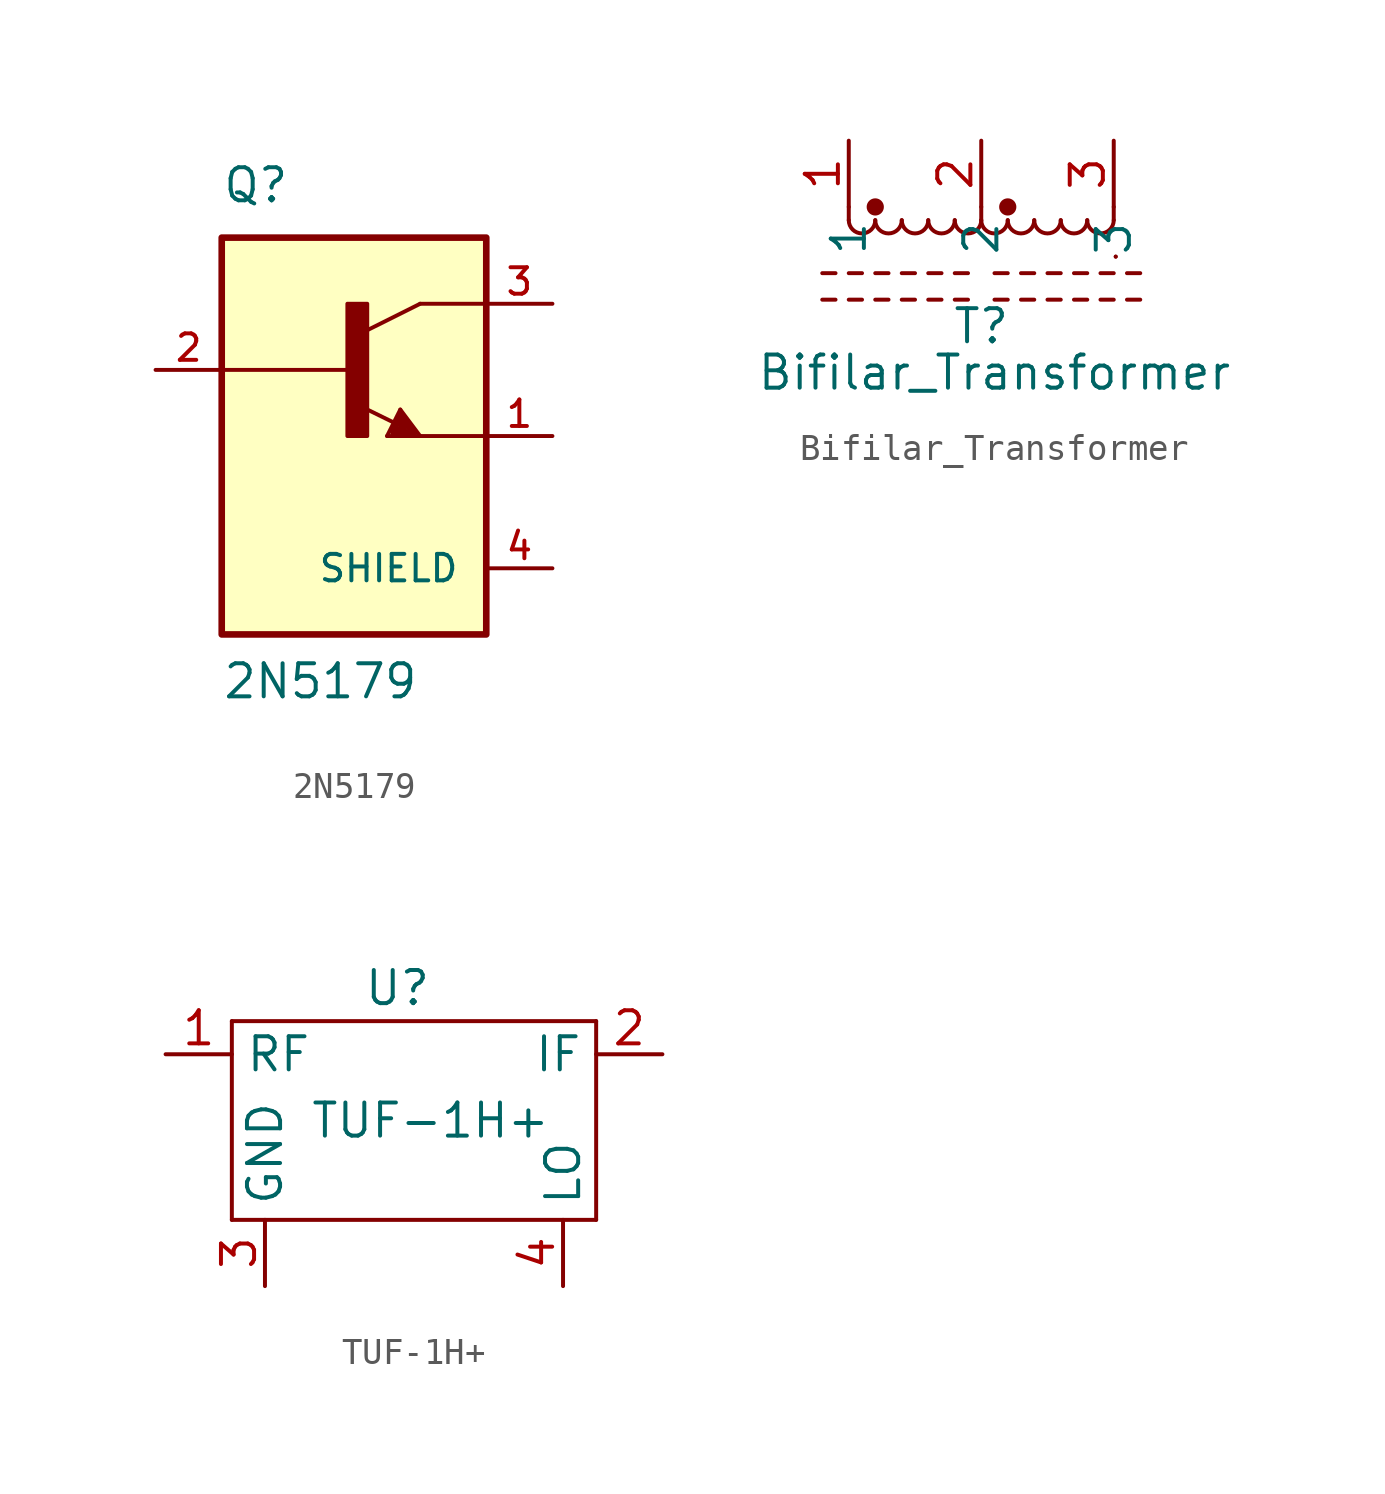
<source format=kicad_sym>
(kicad_symbol_lib
  (version 20211014)
  (generator kicad_symbol_editor)
  (symbol "2N5179"
    (pin_names
      (offset 1.016))
    (property "Reference" "Q"
      (at -5.08 8.89 0)
      (effects (font (size 1.27 1.27)) (justify left bottom)))
    (property "Value" "2N5179"
      (at -5.08 -10.16 0)
      (effects (font (size 1.27 1.27)) (justify left bottom)))
    (property "ki_locked" ""
      (at 0 0 0)
      (effects (font (size 1.27 1.27))))
    (symbol "2N5179_0_0"
      (rectangle (start -5.08 -7.62) (end 5.08 7.62) (stroke (width 0.254) (type default) (color 0 0 0 0)) (fill (type background)))
      (rectangle (start -0.254 0) (end 0.508 5.08) (stroke (width 0) (type default) (color 0 0 0 0)) (fill (type outline)))
      (polyline (pts (xy 0 2.54) (xy -5.08 2.54)) (stroke (width 0.152) (type default) (color 0 0 0 0)) (fill (type none)))
      (polyline (pts (xy 1.27 0) (xy 1.778 1.016)) (stroke (width 0.152) (type default) (color 0 0 0 0)) (fill (type none)))
      (polyline (pts (xy 1.524 0.127) (xy 2.286 0.127)) (stroke (width 0.254) (type default) (color 0 0 0 0)) (fill (type none)))
      (polyline (pts (xy 1.524 0.254) (xy 1.905 0.254)) (stroke (width 0.254) (type default) (color 0 0 0 0)) (fill (type none)))
      (polyline (pts (xy 1.549 0.508) (xy 0.305 1.118)) (stroke (width 0.152) (type default) (color 0 0 0 0)) (fill (type none)))
      (polyline (pts (xy 1.778 0.762) (xy 1.524 0.254)) (stroke (width 0.254) (type default) (color 0 0 0 0)) (fill (type none)))
      (polyline (pts (xy 1.778 1.016) (xy 2.54 0)) (stroke (width 0.152) (type default) (color 0 0 0 0)) (fill (type none)))
      (polyline (pts (xy 1.905 0.254) (xy 1.778 0.508)) (stroke (width 0.254) (type default) (color 0 0 0 0)) (fill (type none)))
      (polyline (pts (xy 2.286 0.127) (xy 1.778 0.762)) (stroke (width 0.254) (type default) (color 0 0 0 0)) (fill (type none)))
      (polyline (pts (xy 2.54 0) (xy 1.27 0)) (stroke (width 0.152) (type default) (color 0 0 0 0)) (fill (type none)))
      (polyline (pts (xy 2.54 0) (xy 5.08 0)) (stroke (width 0.152) (type default) (color 0 0 0 0)) (fill (type none)))
      (polyline (pts (xy 2.54 5.08) (xy 0.508 4.064)) (stroke (width 0.152) (type default) (color 0 0 0 0)) (fill (type none)))
      (polyline (pts (xy 2.54 5.08) (xy 5.08 5.08)) (stroke (width 0.152) (type default) (color 0 0 0 0)) (fill (type none)))
      (pin passive line (at 7.62 0 180) (length 2.54) (name "~" (effects (font (size 1.016 1.016)))) (number "1" (effects (font (size 1.016 1.016)))))
      (pin passive line (at -7.62 2.54 0) (length 2.54) (name "~" (effects (font (size 1.016 1.016)))) (number "2" (effects (font (size 1.016 1.016)))))
      (pin passive line (at 7.62 5.08 180) (length 2.54) (name "~" (effects (font (size 1.016 1.016)))) (number "3" (effects (font (size 1.016 1.016)))))
      (pin passive line (at 7.62 -5.08 180) (length 2.54) (name "SHIELD" (effects (font (size 1.016 1.016)))) (number "4" (effects (font (size 1.016 1.016)))))))
  (symbol "Bifilar_Transformer"
    (property "Reference" "T"
      (at 0 -0.762 0)
      (effects (font (size 1.27 1.27))))
    (property "Value" "Bifilar_Transformer"
      (at 0.508 -2.54 0)
      (effects (font (size 1.27 1.27))))
    (symbol "Bifilar_Transformer_0_1"
      (arc (start -5.08 3.302) (mid -4.572 2.794) (end -4.064 3.302) (stroke (width 0) (type default) (color 0 0 0 0)) (fill (type none)))
      (arc (start -4.064 3.302) (mid -3.556 2.794) (end -3.048 3.302) (stroke (width 0) (type default) (color 0 0 0 0)) (fill (type none)))
      (circle (center -4.064 3.81) (radius 0.254) (stroke (width 0) (type default) (color 0 0 0 0)) (fill (type outline)))
      (arc (start -3.048 3.302) (mid -2.54 2.794) (end -2.032 3.302) (stroke (width 0) (type default) (color 0 0 0 0)) (fill (type none)))
      (arc (start -2.032 3.302) (mid -1.524 2.794) (end -1.016 3.302) (stroke (width 0) (type default) (color 0 0 0 0)) (fill (type none)))
      (arc (start -1.016 3.302) (mid -0.508 2.794) (end 0 3.302) (stroke (width 0) (type default) (color 0 0 0 0)) (fill (type none)))
      (polyline (pts (xy -6.096 0.254) (xy -5.588 0.254)) (stroke (width 0) (type default) (color 0 0 0 0)) (fill (type none)))
      (polyline (pts (xy -6.096 1.27) (xy -5.588 1.27)) (stroke (width 0) (type default) (color 0 0 0 0)) (fill (type none)))
      (polyline (pts (xy -5.08 0.254) (xy -4.572 0.254)) (stroke (width 0) (type default) (color 0 0 0 0)) (fill (type none)))
      (polyline (pts (xy -5.08 1.27) (xy -4.572 1.27)) (stroke (width 0) (type default) (color 0 0 0 0)) (fill (type none)))
      (polyline (pts (xy -5.08 3.302) (xy -5.08 3.81)) (stroke (width 0) (type default) (color 0 0 0 0)) (fill (type none)))
      (polyline (pts (xy -4.064 0.254) (xy -3.556 0.254)) (stroke (width 0) (type default) (color 0 0 0 0)) (fill (type none)))
      (polyline (pts (xy -4.064 1.27) (xy -3.556 1.27)) (stroke (width 0) (type default) (color 0 0 0 0)) (fill (type none)))
      (polyline (pts (xy -3.048 0.254) (xy -2.54 0.254)) (stroke (width 0) (type default) (color 0 0 0 0)) (fill (type none)))
      (polyline (pts (xy -3.048 1.27) (xy -2.54 1.27)) (stroke (width 0) (type default) (color 0 0 0 0)) (fill (type none)))
      (polyline (pts (xy -2.032 0.254) (xy -1.524 0.254)) (stroke (width 0) (type default) (color 0 0 0 0)) (fill (type none)))
      (polyline (pts (xy -2.032 1.27) (xy -1.524 1.27)) (stroke (width 0) (type default) (color 0 0 0 0)) (fill (type none)))
      (polyline (pts (xy -1.016 0.254) (xy -0.508 0.254)) (stroke (width 0) (type default) (color 0 0 0 0)) (fill (type none)))
      (polyline (pts (xy -1.016 1.27) (xy -0.508 1.27)) (stroke (width 0) (type default) (color 0 0 0 0)) (fill (type none)))
      (polyline (pts (xy 0 3.302) (xy 0 3.81)) (stroke (width 0) (type default) (color 0 0 0 0)) (fill (type none)))
      (polyline (pts (xy 0.508 0.254) (xy 1.016 0.254)) (stroke (width 0) (type default) (color 0 0 0 0)) (fill (type none)))
      (polyline (pts (xy 0.508 1.27) (xy 1.016 1.27)) (stroke (width 0) (type default) (color 0 0 0 0)) (fill (type none)))
      (polyline (pts (xy 1.524 0.254) (xy 2.032 0.254)) (stroke (width 0) (type default) (color 0 0 0 0)) (fill (type none)))
      (polyline (pts (xy 1.524 1.27) (xy 2.032 1.27)) (stroke (width 0) (type default) (color 0 0 0 0)) (fill (type none)))
      (polyline (pts (xy 2.54 0.254) (xy 3.048 0.254)) (stroke (width 0) (type default) (color 0 0 0 0)) (fill (type none)))
      (polyline (pts (xy 2.54 1.27) (xy 3.048 1.27)) (stroke (width 0) (type default) (color 0 0 0 0)) (fill (type none)))
      (polyline (pts (xy 3.556 0.254) (xy 4.064 0.254)) (stroke (width 0) (type default) (color 0 0 0 0)) (fill (type none)))
      (polyline (pts (xy 3.556 1.27) (xy 4.064 1.27)) (stroke (width 0) (type default) (color 0 0 0 0)) (fill (type none)))
      (polyline (pts (xy 4.572 0.254) (xy 5.08 0.254)) (stroke (width 0) (type default) (color 0 0 0 0)) (fill (type none)))
      (polyline (pts (xy 4.572 1.27) (xy 5.08 1.27)) (stroke (width 0) (type default) (color 0 0 0 0)) (fill (type none)))
      (polyline (pts (xy 5.08 3.302) (xy 5.08 3.81)) (stroke (width 0) (type default) (color 0 0 0 0)) (fill (type none)))
      (polyline (pts (xy 5.156 1.905) (xy 5.156 1.905)) (stroke (width 0) (type default) (color 0 0 0 0)) (fill (type none)))
      (polyline (pts (xy 5.156 1.905) (xy 5.156 1.905)) (stroke (width 0) (type default) (color 0 0 0 0)) (fill (type none)))
      (polyline (pts (xy 5.588 0.254) (xy 6.096 0.254)) (stroke (width 0) (type default) (color 0 0 0 0)) (fill (type none)))
      (polyline (pts (xy 5.588 1.27) (xy 6.096 1.27)) (stroke (width 0) (type default) (color 0 0 0 0)) (fill (type none)))
      (arc (start 0 3.302) (mid 0.508 2.794) (end 1.016 3.302) (stroke (width 0) (type default) (color 0 0 0 0)) (fill (type none)))
      (arc (start 1.016 3.302) (mid 1.524 2.794) (end 2.032 3.302) (stroke (width 0) (type default) (color 0 0 0 0)) (fill (type none)))
      (circle (center 1.016 3.81) (radius 0.254) (stroke (width 0) (type default) (color 0 0 0 0)) (fill (type outline)))
      (arc (start 2.032 3.302) (mid 2.54 2.794) (end 3.048 3.302) (stroke (width 0) (type default) (color 0 0 0 0)) (fill (type none)))
      (arc (start 3.048 3.302) (mid 3.556 2.794) (end 4.064 3.302) (stroke (width 0) (type default) (color 0 0 0 0)) (fill (type none)))
      (arc (start 4.064 3.302) (mid 4.572 2.794) (end 5.08 3.302) (stroke (width 0) (type default) (color 0 0 0 0)) (fill (type none))))
    (symbol "Bifilar_Transformer_1_1"
      (pin passive line (at -5.08 6.35 270) (length 2.54) (name "1" (effects (font (size 1.27 1.27)))) (number "1" (effects (font (size 1.27 1.27)))))
      (pin passive line (at 0 6.35 270) (length 2.54) (name "2" (effects (font (size 1.27 1.27)))) (number "2" (effects (font (size 1.27 1.27)))))
      (pin passive line (at 5.08 6.35 270) (length 2.54) (name "3" (effects (font (size 1.27 1.27)))) (number "3" (effects (font (size 1.27 1.27)))))))
  (symbol "TUF-1H+"
    (property "Reference" "U"
      (at 0 5.08 0)
      (effects (font (size 1.27 1.27))))
    (property "Value" "TUF-1H+"
      (at 1.27 0 0)
      (effects (font (size 1.27 1.27))))
    (symbol "TUF-1H+_0_1"
      (rectangle (start -6.35 -3.81) (end 7.62 -3.81) (stroke (width 0) (type default) (color 0 0 0 0)) (fill (type none)))
      (rectangle (start -6.35 3.81) (end -6.35 -3.81) (stroke (width 0) (type default) (color 0 0 0 0)) (fill (type none)))
      (rectangle (start -6.35 3.81) (end 7.62 3.81) (stroke (width 0) (type default) (color 0 0 0 0)) (fill (type none)))
      (rectangle (start 7.62 -3.81) (end 7.62 3.81) (stroke (width 0) (type default) (color 0 0 0 0)) (fill (type none))))
    (symbol "TUF-1H+_1_1"
      (pin passive line (at -8.89 2.54 0) (length 2.54) (name "RF" (effects (font (size 1.27 1.27)))) (number "1" (effects (font (size 1.27 1.27)))))
      (pin passive line (at 10.16 2.54 180) (length 2.54) (name "IF" (effects (font (size 1.27 1.27)))) (number "2" (effects (font (size 1.27 1.27)))))
      (pin passive line (at -5.08 -6.35 90) (length 2.54) (name "GND" (effects (font (size 1.27 1.27)))) (number "3" (effects (font (size 1.27 1.27)))))
      (pin passive line (at 6.35 -6.35 90) (length 2.54) (name "LO" (effects (font (size 1.27 1.27)))) (number "4" (effects (font (size 1.27 1.27))))))))
</source>
